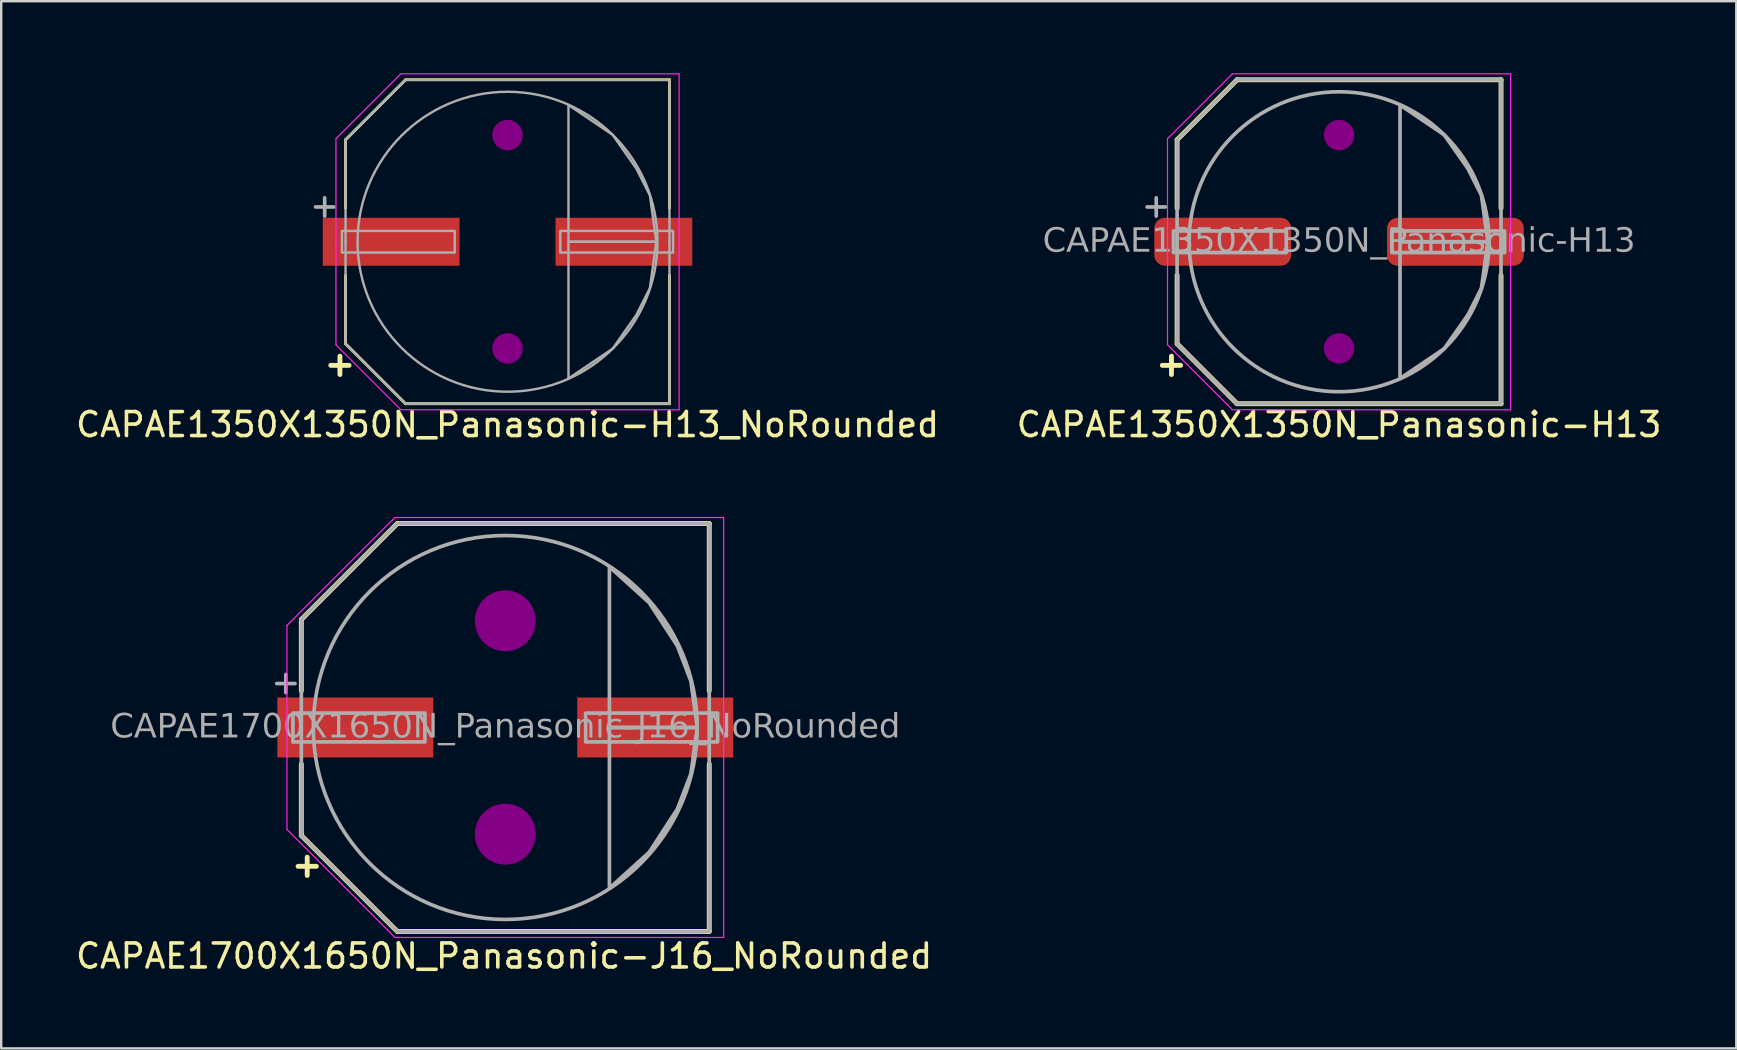
<source format=kicad_pcb>
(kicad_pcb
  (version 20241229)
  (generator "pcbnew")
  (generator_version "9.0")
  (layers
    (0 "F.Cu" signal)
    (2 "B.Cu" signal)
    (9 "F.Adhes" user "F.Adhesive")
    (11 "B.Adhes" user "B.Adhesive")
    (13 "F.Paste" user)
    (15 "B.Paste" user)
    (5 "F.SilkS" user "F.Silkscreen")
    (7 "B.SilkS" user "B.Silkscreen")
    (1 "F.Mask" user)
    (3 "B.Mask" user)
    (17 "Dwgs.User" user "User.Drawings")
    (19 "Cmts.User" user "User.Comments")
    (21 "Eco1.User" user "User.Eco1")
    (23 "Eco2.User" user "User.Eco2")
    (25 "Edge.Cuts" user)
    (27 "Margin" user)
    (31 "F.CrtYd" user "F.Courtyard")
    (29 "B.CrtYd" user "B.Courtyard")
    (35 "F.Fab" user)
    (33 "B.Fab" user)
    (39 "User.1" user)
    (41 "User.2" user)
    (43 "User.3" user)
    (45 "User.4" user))
  (footprint "CAPAE1350X1350N_Panasonic-H13_NoRounded"
    (layer "F.Cu")
    (at 18.101 7.025)
    (property "Reference" "CAPAE1350X1350N_Panasonic-H13_NoRounded" (at 0 7.62 0) (layer "F.SilkS") (effects (font (size 1 1) (thickness 0.15))))
    (attr smd)
    (fp_line (start -6.75 -4.25) (end -4.25 -6.75) (stroke (width 0.12) (type default)) (layer "F.SilkS"))
    (fp_line (start -6.75 -1.397) (end -6.75 -4.25) (stroke (width 0.12) (type default)) (layer "F.SilkS"))
    (fp_line (start -6.75 1.397) (end -6.75 4.25) (stroke (width 0.12) (type default)) (layer "F.SilkS"))
    (fp_line (start -6.75 4.25) (end -4.25 6.75) (stroke (width 0.12) (type default)) (layer "F.SilkS"))
    (fp_line (start -4.25 -6.75) (end 6.75 -6.75) (stroke (width 0.12) (type solid)) (layer "F.SilkS"))
    (fp_line (start -4.25 6.75) (end 6.75 6.75) (stroke (width 0.12) (type solid)) (layer "F.SilkS"))
    (fp_line (start 6.75 -1.397) (end 6.75 -6.75) (stroke (width 0.12) (type solid)) (layer "F.SilkS"))
    (fp_line (start 6.75 1.397) (end 6.75 6.75) (stroke (width 0.12) (type solid)) (layer "F.SilkS"))
    (fp_circle (center 0 -4.445) (end 0.635 -4.445) (stroke (width 0) (type solid)) (fill yes) (layer "F.Adhes"))
    (fp_circle (center 0 4.445) (end 0.635 4.445) (stroke (width 0) (type solid)) (fill yes) (layer "F.Adhes"))
    (fp_line (start -7.15 -4.295) (end -7.15 0) (stroke (width 0.05) (type solid)) (layer "F.CrtYd"))
    (fp_line (start -7.15 4.295) (end -7.15 0) (stroke (width 0.05) (type solid)) (layer "F.CrtYd"))
    (fp_line (start -4.445 -7) (end -7.15 -4.295) (stroke (width 0.05) (type default)) (layer "F.CrtYd"))
    (fp_line (start -4.445 -7) (end 7.15 -7) (stroke (width 0.05) (type solid)) (layer "F.CrtYd"))
    (fp_line (start -4.445 7) (end -7.15 4.295) (stroke (width 0.05) (type default)) (layer "F.CrtYd"))
    (fp_line (start -4.445 7) (end 7.15 7) (stroke (width 0.05) (type solid)) (layer "F.CrtYd"))
    (fp_line (start 7.15 -7) (end 7.15 0) (stroke (width 0.05) (type solid)) (layer "F.CrtYd"))
    (fp_line (start 7.15 7) (end 7.15 0) (stroke (width 0.05) (type solid)) (layer "F.CrtYd"))
    (fp_line (start -6.75 -4.25) (end -6.75 0) (stroke (width 0.1) (type solid)) (layer "F.Fab"))
    (fp_line (start -6.75 -4.25) (end -4.249 -6.75) (stroke (width 0.1) (type default)) (layer "F.Fab"))
    (fp_line (start -6.75 4.25) (end -6.75 0) (stroke (width 0.1) (type solid)) (layer "F.Fab"))
    (fp_line (start -6.75 4.25) (end -4.249 6.75) (stroke (width 0.1) (type default)) (layer "F.Fab"))
    (fp_line (start -4.249 -6.75) (end 6.75 -6.75) (stroke (width 0.1) (type solid)) (layer "F.Fab"))
    (fp_line (start -4.249 6.75) (end 6.75 6.75) (stroke (width 0.1) (type solid)) (layer "F.Fab"))
    (fp_line (start 6.75 -6.75) (end 6.75 0) (stroke (width 0.1) (type solid)) (layer "F.Fab"))
    (fp_line (start 6.75 6.75) (end 6.75 0) (stroke (width 0.1) (type solid)) (layer "F.Fab"))
    (fp_rect (start -6.9 0.45) (end -2.2 -0.45) (stroke (width 0.1) (type solid)) (fill no) (layer "F.Fab"))
    (fp_rect (start 2.2 0.45) (end 6.9 -0.45) (stroke (width 0.1) (type solid)) (fill no) (layer "F.Fab"))
    (fp_circle (center 0 0) (end 6.25 0) (stroke (width 0.1) (type default)) (fill no) (layer "F.Fab"))
    (fp_poly (pts (xy 2.54 -5.7) (xy 4.383 -4.454) (xy 5.37 -3.048) (xy 5.933 -1.933) (xy 6.2 0) (xy 2.54 0)) (stroke (width 0.1) (type solid)) (fill no) (layer "F.Fab"))
    (fp_poly (pts (xy 2.54 5.7) (xy 4.383 4.454) (xy 5.37 3.048) (xy 5.933 1.933) (xy 6.2 0) (xy 2.54 0)) (stroke (width 0.1) (type solid)) (fill no) (layer "F.Fab"))
    (fp_text user "+" (at -6.985 5.08 0) (unlocked yes) (layer "F.SilkS") (effects (font (size 1 1) (thickness 0.203) (bold yes))))
    (fp_text user "+" (at -7.62 -1.524 0) (unlocked yes) (layer "F.Fab") (effects (font (size 1 1) (thickness 0.152))))
    (pad "1" smd rect (at -4.85 0) (size 5.7 2) (layers "F.Cu" "F.Mask" "F.Paste"))
    (pad "2" smd rect (at 4.85 0) (size 5.7 2) (layers "F.Cu" "F.Mask" "F.Paste")))
  (footprint "CAPAE1700X1650N_Panasonic-J16_NoRounded"
    (layer "F.Cu")
    (at 18.008 27.268)
    (property "Reference" "CAPAE1700X1650N_Panasonic-J16_NoRounded" (at -0.05 9.525 0) (layer "F.SilkS") (effects (font (size 1 1) (thickness 0.15))))
    (attr smd)
    (fp_line (start -8.5 -1.524) (end -8.5 -4.5) (stroke (width 0.203) (type default)) (layer "F.SilkS"))
    (fp_line (start -8.5 1.524) (end -8.5 4.5) (stroke (width 0.203) (type default)) (layer "F.SilkS"))
    (fp_line (start -8.498 -4.502) (end -4.5 -8.5) (stroke (width 0.203) (type default)) (layer "F.SilkS"))
    (fp_line (start -8.498 4.502) (end -4.5 8.5) (stroke (width 0.203) (type default)) (layer "F.SilkS"))
    (fp_line (start -4.49 -8.5) (end 8.5 -8.5) (stroke (width 0.203) (type solid)) (layer "F.SilkS"))
    (fp_line (start -4.49 8.5) (end 8.5 8.5) (stroke (width 0.203) (type solid)) (layer "F.SilkS"))
    (fp_line (start 8.5 -1.524) (end 8.5 -8.5) (stroke (width 0.203) (type solid)) (layer "F.SilkS"))
    (fp_line (start 8.5 1.524) (end 8.5 8.5) (stroke (width 0.203) (type solid)) (layer "F.SilkS"))
    (fp_circle (center 0 -4.445) (end 1.27 -4.445) (stroke (width 0) (type solid)) (fill yes) (layer "F.Adhes"))
    (fp_circle (center 0 4.445) (end 1.27 4.445) (stroke (width 0) (type solid)) (fill yes) (layer "F.Adhes"))
    (fp_line (start -9.1 -4.25) (end -9.1 0) (stroke (width 0.05) (type solid)) (layer "F.CrtYd"))
    (fp_line (start -9.1 4.25) (end -9.1 0) (stroke (width 0.05) (type solid)) (layer "F.CrtYd"))
    (fp_line (start -4.6 -8.75) (end -9.1 -4.25) (stroke (width 0.05) (type default)) (layer "F.CrtYd"))
    (fp_line (start -4.6 -8.75) (end 9.1 -8.75) (stroke (width 0.05) (type solid)) (layer "F.CrtYd"))
    (fp_line (start -4.6 8.75) (end -9.1 4.25) (stroke (width 0.05) (type default)) (layer "F.CrtYd"))
    (fp_line (start -4.6 8.75) (end 9.1 8.75) (stroke (width 0.05) (type solid)) (layer "F.CrtYd"))
    (fp_line (start 9.1 -8.75) (end 9.1 0) (stroke (width 0.05) (type solid)) (layer "F.CrtYd"))
    (fp_line (start 9.1 8.75) (end 9.1 0) (stroke (width 0.05) (type solid)) (layer "F.CrtYd"))
    (fp_line (start -8.5 -4.5) (end -8.5 0) (stroke (width 0.152) (type solid)) (layer "F.Fab"))
    (fp_line (start -8.5 -4.5) (end -4.5 -8.5) (stroke (width 0.152) (type default)) (layer "F.Fab"))
    (fp_line (start -8.5 4.5) (end -8.5 0) (stroke (width 0.152) (type solid)) (layer "F.Fab"))
    (fp_line (start -8.5 4.5) (end -4.5 8.5) (stroke (width 0.152) (type default)) (layer "F.Fab"))
    (fp_line (start -4.5 -8.5) (end 8.5 -8.5) (stroke (width 0.152) (type solid)) (layer "F.Fab"))
    (fp_line (start -4.5 8.5) (end 8.5 8.5) (stroke (width 0.152) (type solid)) (layer "F.Fab"))
    (fp_line (start 8.5 -8.5) (end 8.5 0) (stroke (width 0.152) (type solid)) (layer "F.Fab"))
    (fp_line (start 8.5 8.5) (end 8.5 0) (stroke (width 0.152) (type solid)) (layer "F.Fab"))
    (fp_rect (start -8.85 0.6) (end -3.35 -0.6) (stroke (width 0.152) (type solid)) (fill no) (layer "F.Fab"))
    (fp_rect (start 3.35 0.6) (end 8.85 -0.6) (stroke (width 0.152) (type solid)) (fill no) (layer "F.Fab"))
    (fp_circle (center 0 0) (end 8 0) (stroke (width 0.152) (type default)) (fill no) (layer "F.Fab"))
    (fp_poly (pts (xy 4.34 -6.7) (xy 5.997 -5.2) (xy 7.17 -3.4) (xy 7.733 -1.933) (xy 8 0) (xy 4.34 0)) (stroke (width 0.152) (type solid)) (fill no) (layer "F.Fab"))
    (fp_poly (pts (xy 4.34 6.7) (xy 5.997 5.2) (xy 7.17 3.4) (xy 7.733 1.933) (xy 8 0) (xy 4.34 0)) (stroke (width 0.152) (type solid)) (fill no) (layer "F.Fab"))
    (fp_text user "+" (at -8.255 5.715 0) (unlocked yes) (layer "F.SilkS") (effects (font (size 1 1) (thickness 0.203) (bold yes))))
    (fp_text user "${REFERENCE}" (at 0 0 0) (layer "F.Fab") (effects (font (face "Tahoma") (size 1 1) (thickness 0.15))))
    (fp_text user "+" (at -9.144 -1.905 0) (unlocked yes) (layer "F.Fab") (effects (font (size 1 1) (thickness 0.152))))
    (pad "1" smd rect (at -6.25 0) (size 6.5 2.5) (layers "F.Cu" "F.Mask" "F.Paste"))
    (pad "2" smd rect (at 6.25 0) (size 6.5 2.5) (layers "F.Cu" "F.Mask" "F.Paste")))
  (footprint "CAPAE1350X1350N_Panasonic-H13"
    (layer "F.Cu")
    (at 52.756 7.025)
    (property "Reference" "CAPAE1350X1350N_Panasonic-H13" (at 0 7.62 0) (layer "F.SilkS") (effects (font (size 1 1) (thickness 0.15))))
    (attr smd)
    (fp_line (start -6.75 -4.25) (end -4.25 -6.75) (stroke (width 0.203) (type default)) (layer "F.SilkS"))
    (fp_line (start -6.75 -1.397) (end -6.75 -4.25) (stroke (width 0.203) (type default)) (layer "F.SilkS"))
    (fp_line (start -6.75 1.397) (end -6.75 4.25) (stroke (width 0.203) (type default)) (layer "F.SilkS"))
    (fp_line (start -6.75 4.25) (end -4.25 6.75) (stroke (width 0.203) (type default)) (layer "F.SilkS"))
    (fp_line (start -4.25 -6.75) (end 6.75 -6.75) (stroke (width 0.203) (type solid)) (layer "F.SilkS"))
    (fp_line (start -4.25 6.75) (end 6.75 6.75) (stroke (width 0.203) (type solid)) (layer "F.SilkS"))
    (fp_line (start 6.75 -1.397) (end 6.75 -6.75) (stroke (width 0.203) (type solid)) (layer "F.SilkS"))
    (fp_line (start 6.75 1.397) (end 6.75 6.75) (stroke (width 0.203) (type solid)) (layer "F.SilkS"))
    (fp_circle (center 0 -4.445) (end 0.635 -4.445) (stroke (width 0) (type solid)) (fill yes) (layer "F.Adhes"))
    (fp_circle (center 0 4.445) (end 0.635 4.445) (stroke (width 0) (type solid)) (fill yes) (layer "F.Adhes"))
    (fp_line (start -7.15 -4.295) (end -7.15 0) (stroke (width 0.05) (type solid)) (layer "F.CrtYd"))
    (fp_line (start -7.15 4.295) (end -7.15 0) (stroke (width 0.05) (type solid)) (layer "F.CrtYd"))
    (fp_line (start -4.445 -7) (end -7.15 -4.295) (stroke (width 0.05) (type default)) (layer "F.CrtYd"))
    (fp_line (start -4.445 -7) (end 7.15 -7) (stroke (width 0.05) (type solid)) (layer "F.CrtYd"))
    (fp_line (start -4.445 7) (end -7.15 4.295) (stroke (width 0.05) (type default)) (layer "F.CrtYd"))
    (fp_line (start -4.445 7) (end 7.15 7) (stroke (width 0.05) (type solid)) (layer "F.CrtYd"))
    (fp_line (start 7.15 -7) (end 7.15 0) (stroke (width 0.05) (type solid)) (layer "F.CrtYd"))
    (fp_line (start 7.15 7) (end 7.15 0) (stroke (width 0.05) (type solid)) (layer "F.CrtYd"))
    (fp_line (start -6.75 -4.25) (end -6.75 0) (stroke (width 0.152) (type solid)) (layer "F.Fab"))
    (fp_line (start -6.75 -4.25) (end -4.249 -6.75) (stroke (width 0.152) (type default)) (layer "F.Fab"))
    (fp_line (start -6.75 4.25) (end -6.75 0) (stroke (width 0.152) (type solid)) (layer "F.Fab"))
    (fp_line (start -6.75 4.25) (end -4.249 6.75) (stroke (width 0.152) (type default)) (layer "F.Fab"))
    (fp_line (start -4.249 -6.75) (end 6.75 -6.75) (stroke (width 0.152) (type solid)) (layer "F.Fab"))
    (fp_line (start -4.249 6.75) (end 6.75 6.75) (stroke (width 0.152) (type solid)) (layer "F.Fab"))
    (fp_line (start 6.75 -6.75) (end 6.75 0) (stroke (width 0.152) (type solid)) (layer "F.Fab"))
    (fp_line (start 6.75 6.75) (end 6.75 0) (stroke (width 0.152) (type solid)) (layer "F.Fab"))
    (fp_rect (start -6.9 0.45) (end -2.2 -0.45) (stroke (width 0.152) (type solid)) (fill no) (layer "F.Fab"))
    (fp_rect (start 2.2 0.45) (end 6.9 -0.45) (stroke (width 0.152) (type solid)) (fill no) (layer "F.Fab"))
    (fp_circle (center 0 0) (end 6.25 0) (stroke (width 0.152) (type default)) (fill no) (layer "F.Fab"))
    (fp_poly (pts (xy 2.54 -5.7) (xy 4.383 -4.454) (xy 5.37 -3.048) (xy 5.933 -1.933) (xy 6.2 0) (xy 2.54 0)) (stroke (width 0.152) (type solid)) (fill no) (layer "F.Fab"))
    (fp_poly (pts (xy 2.54 5.7) (xy 4.383 4.454) (xy 5.37 3.048) (xy 5.933 1.933) (xy 6.2 0) (xy 2.54 0)) (stroke (width 0.152) (type solid)) (fill no) (layer "F.Fab"))
    (fp_text user "+" (at -6.985 5.08 0) (unlocked yes) (layer "F.SilkS") (effects (font (size 1 1) (thickness 0.203) (bold yes))))
    (fp_text user "${REFERENCE}" (at 0 0 0) (layer "F.Fab") (effects (font (face "Tahoma") (size 1 1) (thickness 0.15))))
    (fp_text user "+" (at -7.62 -1.524 0) (unlocked yes) (layer "F.Fab") (effects (font (size 1 1) (thickness 0.152))))
    (pad "1" smd roundrect (at -4.85 0) (size 5.7 2) (layers "F.Cu" "F.Mask" "F.Paste") (roundrect_rratio 0.217))
    (pad "2" smd roundrect (at 4.85 0) (size 5.7 2) (layers "F.Cu" "F.Mask" "F.Paste") (roundrect_rratio 0.217)))
  (gr_rect
    (start -3 -3)
    (end 69.31 40.642)
    (stroke (width 0.1) (type default))
    (fill no)
    (layer "Edge.Cuts")))
</source>
